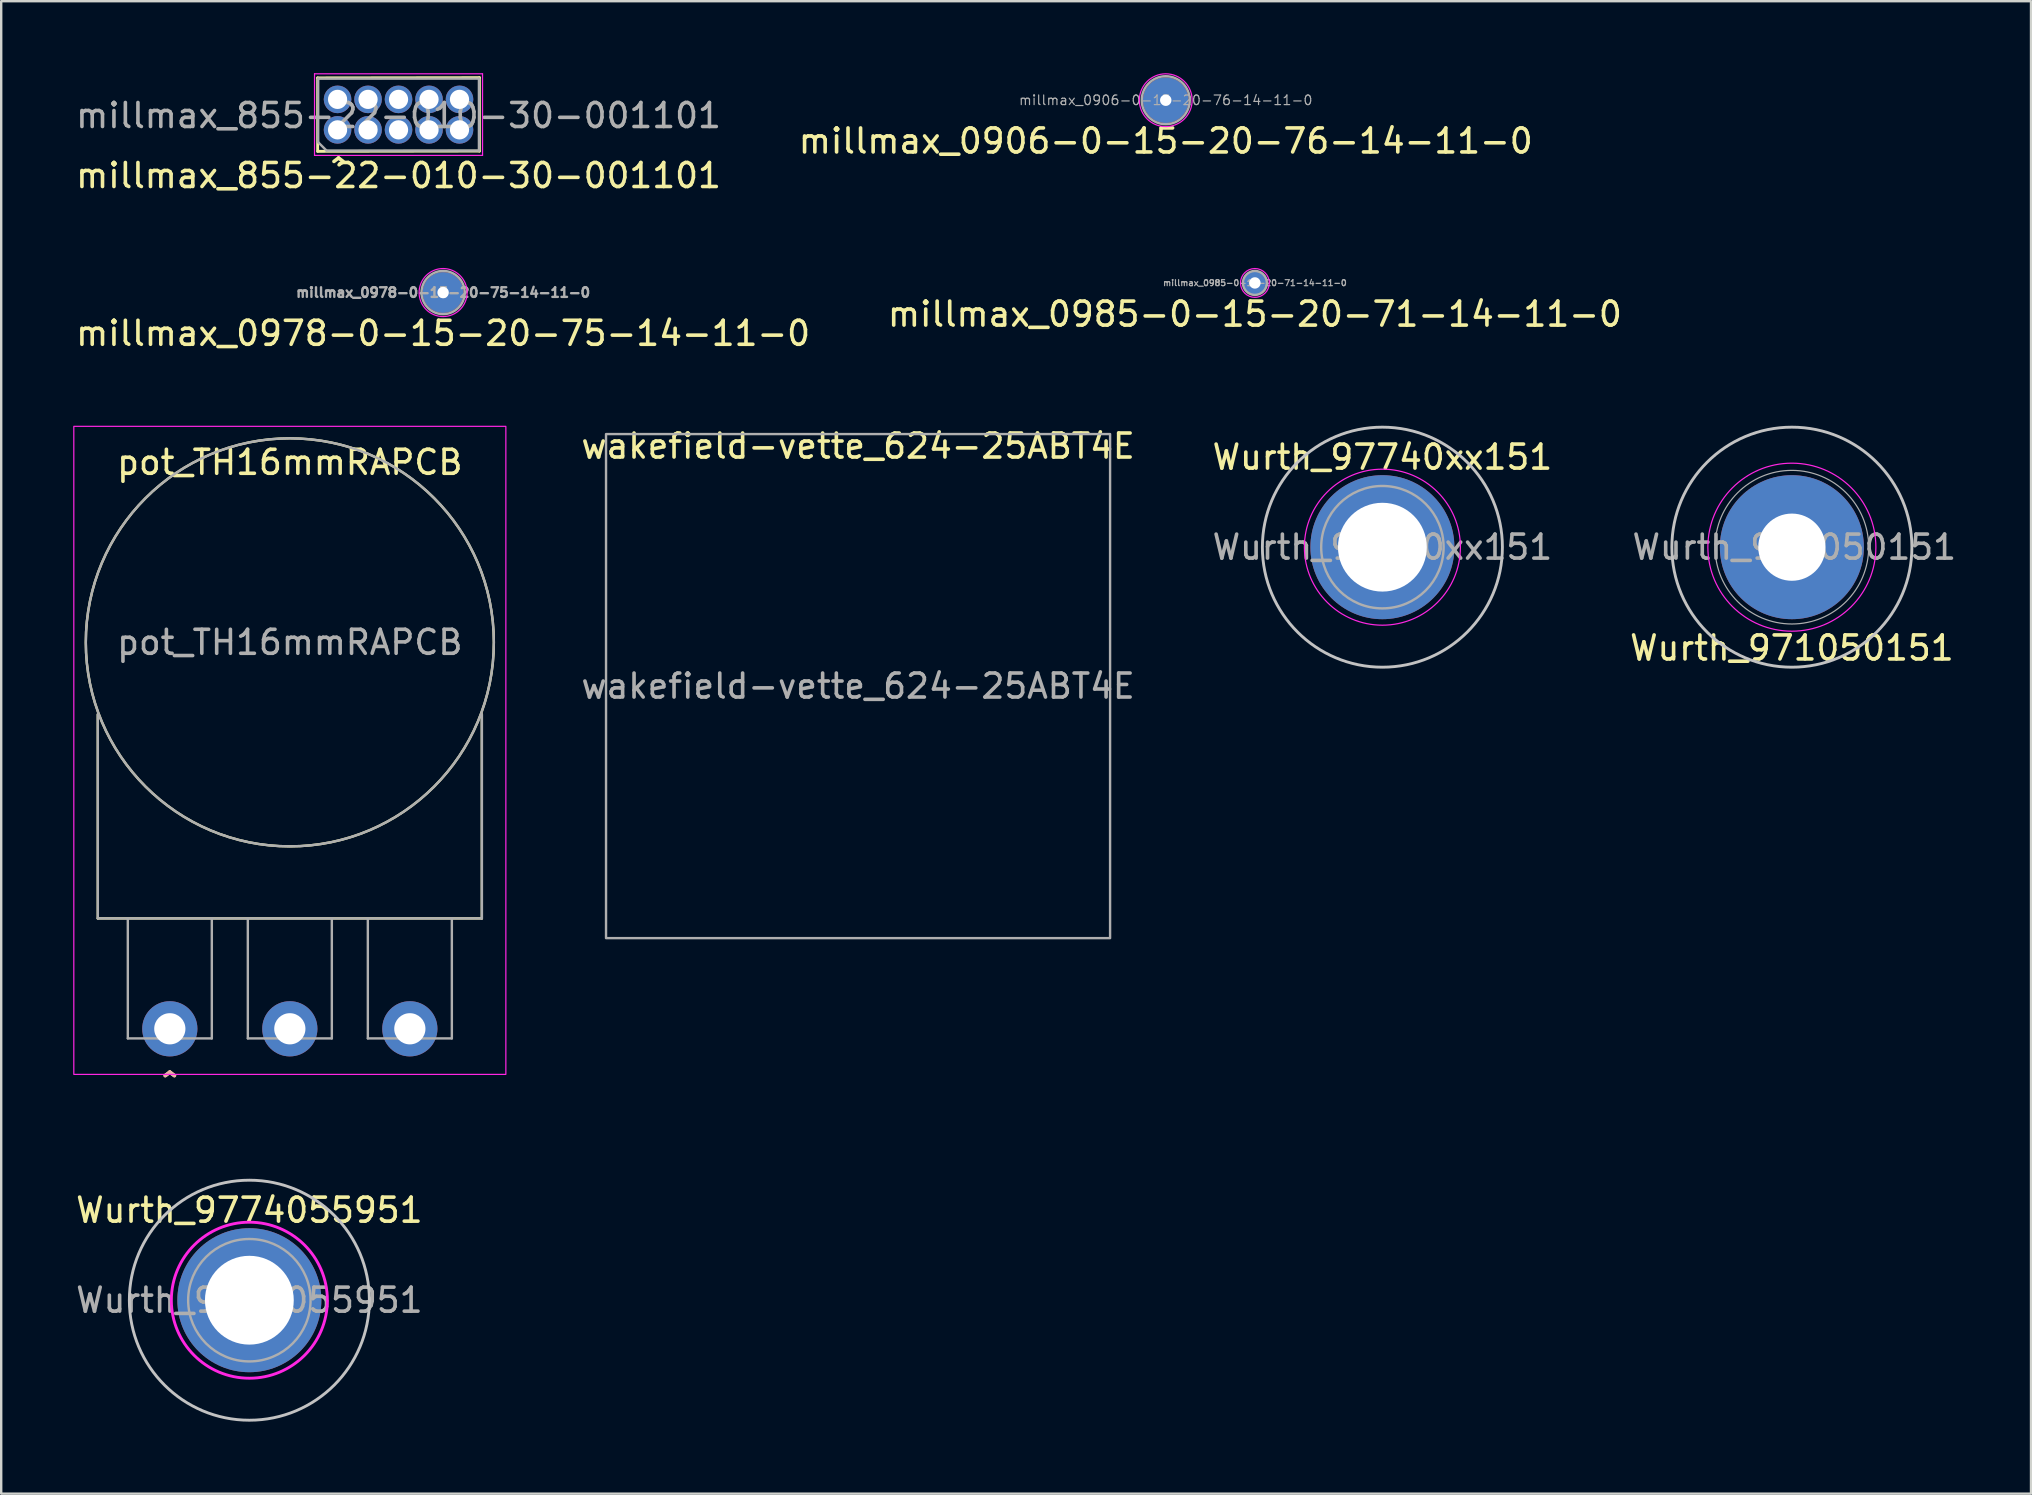
<source format=kicad_pcb>
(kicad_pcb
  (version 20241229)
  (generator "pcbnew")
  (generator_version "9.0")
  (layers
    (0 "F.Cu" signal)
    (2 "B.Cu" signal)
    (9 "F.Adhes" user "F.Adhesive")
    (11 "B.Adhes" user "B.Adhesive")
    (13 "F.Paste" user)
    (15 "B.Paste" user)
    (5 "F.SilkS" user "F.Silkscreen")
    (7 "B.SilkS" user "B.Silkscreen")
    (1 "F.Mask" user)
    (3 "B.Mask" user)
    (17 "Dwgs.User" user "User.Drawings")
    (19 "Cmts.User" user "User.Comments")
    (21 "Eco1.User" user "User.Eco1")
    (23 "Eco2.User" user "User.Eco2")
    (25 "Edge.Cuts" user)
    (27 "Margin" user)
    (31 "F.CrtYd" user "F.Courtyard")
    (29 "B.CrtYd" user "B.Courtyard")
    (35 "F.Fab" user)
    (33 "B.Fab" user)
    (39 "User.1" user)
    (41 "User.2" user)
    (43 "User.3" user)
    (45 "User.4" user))
  (footprint "millmax_0906-0-15-20-76-14-11-0"
    (layer "F.Cu")
    (at 45.518 1.125)
    (property "Reference" "millmax_0906-0-15-20-76-14-11-0" (at 0 1.7 0) (unlocked yes) (layer "F.SilkS") (effects (font (size 1 1) (thickness 0.15))))
    (attr through_hole)
    (fp_circle (center 0 0) (end 1.1 0) (stroke (width 0.05) (type solid)) (fill no) (layer "F.CrtYd"))
    (fp_circle (center 0 0) (end 0 -1) (stroke (width 0.1) (type solid)) (fill no) (layer "F.Fab"))
    (fp_text user "${REFERENCE}" (at 0 0 0) (unlocked yes) (layer "F.Fab") (effects (font (size 0.4 0.4) (thickness 0.05))))
    (pad "1" thru_hole circle (at 0 0) (size 1.9 1.9) (drill 0.475) (layers "*.Cu" "*.Mask")))
  (footprint "pot_TH16mmRAPCB"
    (layer "F.Cu")
    (at 9.025 23.712)
    (property "Reference" "pot_TH16mmRAPCB" (at 0 -7.5 0) (unlocked yes) (layer "F.SilkS") (effects (font (size 1 1) (thickness 0.15))))
    (attr through_hole)
    (fp_line (start -8 3) (end -8 11.5) (stroke (width 0.1) (type default)) (layer "F.SilkS"))
    (fp_line (start -8 11.5) (end 8 11.5) (stroke (width 0.1) (type default)) (layer "F.SilkS"))
    (fp_line (start 8 11.5) (end 8 3) (stroke (width 0.1) (type default)) (layer "F.SilkS"))
    (fp_circle (center 0 0) (end 8.5 0) (stroke (width 0.1) (type default)) (fill no) (layer "F.SilkS"))
    (fp_rect (start -9 -9) (end 9 18) (stroke (width 0.05) (type default)) (fill no) (layer "F.CrtYd"))
    (fp_line (start -8 11.5) (end -8 3) (stroke (width 0.1) (type default)) (layer "F.Fab"))
    (fp_line (start -6.75 11.5) (end -6.75 16.5) (stroke (width 0.1) (type default)) (layer "F.Fab"))
    (fp_line (start -5.5 16.5) (end -6.75 16.5) (stroke (width 0.1) (type default)) (layer "F.Fab"))
    (fp_line (start -5 16) (end -5.5 16.5) (stroke (width 0.1) (type default)) (layer "F.Fab"))
    (fp_line (start -4.5 16.5) (end -5 16) (stroke (width 0.1) (type default)) (layer "F.Fab"))
    (fp_line (start -4.5 16.5) (end -3.25 16.5) (stroke (width 0.1) (type default)) (layer "F.Fab"))
    (fp_line (start -3.25 16.5) (end -3.25 11.5) (stroke (width 0.1) (type default)) (layer "F.Fab"))
    (fp_line (start -1.75 11.5) (end -1.75 16.5) (stroke (width 0.1) (type default)) (layer "F.Fab"))
    (fp_line (start -1.75 16.5) (end 1.75 16.5) (stroke (width 0.1) (type default)) (layer "F.Fab"))
    (fp_line (start 1.75 16.5) (end 1.75 11.5) (stroke (width 0.1) (type default)) (layer "F.Fab"))
    (fp_line (start 3.25 11.5) (end 3.25 16.5) (stroke (width 0.1) (type default)) (layer "F.Fab"))
    (fp_line (start 3.25 16.5) (end 6.75 16.5) (stroke (width 0.1) (type default)) (layer "F.Fab"))
    (fp_line (start 6.75 16.5) (end 6.75 11.5) (stroke (width 0.1) (type default)) (layer "F.Fab"))
    (fp_line (start 8 3) (end 8 11.5) (stroke (width 0.1) (type default)) (layer "F.Fab"))
    (fp_line (start 8 11.5) (end -8 11.5) (stroke (width 0.1) (type default)) (layer "F.Fab"))
    (fp_circle (center 0 0) (end 8.5 0) (stroke (width 0.1) (type default)) (fill no) (layer "F.Fab"))
    (fp_text user "^" (at -5 18.5 0) (unlocked yes) (layer "F.SilkS") (effects (font (size 1 1) (thickness 0.15))))
    (fp_text user "^" (at -5 18.5 0) (unlocked yes) (layer "B.SilkS") (effects (font (size 1 1) (thickness 0.15)) (justify mirror)))
    (fp_text user "${REFERENCE}" (at 0 0 0) (unlocked yes) (layer "F.Fab") (effects (font (size 1 1) (thickness 0.15))))
    (pad "1" thru_hole circle (at -5 16.1) (size 2.3 2.3) (drill 1.3) (layers "*.Cu" "*.Mask") (remove_unused_layers yes) (keep_end_layers yes) (zone_layer_connections))
    (pad "2" thru_hole circle (at 0 16.1) (size 2.3 2.3) (drill 1.3) (layers "*.Cu" "*.Mask") (remove_unused_layers yes) (keep_end_layers yes) (zone_layer_connections))
    (pad "3" thru_hole circle (at 5 16.1) (size 2.3 2.3) (drill 1.3) (layers "*.Cu" "*.Mask") (remove_unused_layers yes) (keep_end_layers yes) (zone_layer_connections)))
  (footprint "millmax_0978-0-15-20-75-14-11-0"
    (layer "F.Cu")
    (at 15.411 9.138)
    (property "Reference" "millmax_0978-0-15-20-75-14-11-0" (at 0 1.7 0) (unlocked yes) (layer "F.SilkS") (effects (font (size 1 1) (thickness 0.15))))
    (attr smd)
    (fp_circle (center 0 0) (end 1 0) (stroke (width 0.05) (type solid)) (fill no) (layer "F.CrtYd"))
    (fp_circle (center 0 0) (end 0 -0.9) (stroke (width 0.1) (type solid)) (fill no) (layer "F.Fab"))
    (fp_text user "${REFERENCE}" (at 0 0 0) (unlocked yes) (layer "F.Fab") (effects (font (size 0.4 0.4) (thickness 0.1))))
    (pad "1" thru_hole circle (at 0 0) (size 1.7 1.7) (drill 0.475) (layers "*.Cu" "*.Mask")))
  (footprint "millmax_0985-0-15-20-71-14-11-0"
    (layer "F.Cu")
    (at 49.232 8.738)
    (property "Reference" "millmax_0985-0-15-20-71-14-11-0" (at 0 1.3 0) (unlocked yes) (layer "F.SilkS") (effects (font (size 1 1) (thickness 0.15))))
    (attr smd)
    (fp_circle (center 0 0) (end 0.6 0) (stroke (width 0.05) (type solid)) (fill no) (layer "F.CrtYd"))
    (fp_circle (center 0 0) (end 0 -0.5) (stroke (width 0.1) (type solid)) (fill no) (layer "F.Fab"))
    (fp_text user "${REFERENCE}" (at 0 0 0) (unlocked yes) (layer "F.Fab") (effects (font (size 0.25 0.25) (thickness 0.05))))
    (pad "1" thru_hole circle (at 0 0) (size 0.95 0.95) (drill 0.475) (layers "*.Cu" "*.Mask")))
  (footprint "millmax_855-22-010-30-001101"
    (layer "F.Cu")
    (at 13.554 1.725)
    (property "Reference" "millmax_855-22-010-30-001101" (at 0 2.54 0) (unlocked yes) (layer "F.SilkS") (effects (font (size 1 1) (thickness 0.15))))
    (attr through_hole)
    (fp_line (start -3.37 -1.53) (end -3.37 1.53) (stroke (width 0.12) (type solid)) (layer "F.SilkS"))
    (fp_line (start -3.37 1.53) (end 3.37 1.52) (stroke (width 0.12) (type solid)) (layer "F.SilkS"))
    (fp_line (start 3.37 -1.54) (end -3.37 -1.53) (stroke (width 0.12) (type solid)) (layer "F.SilkS"))
    (fp_line (start 3.37 1.52) (end 3.37 -1.54) (stroke (width 0.12) (type solid)) (layer "F.SilkS"))
    (fp_line (start -3.5 -1.7) (end 3.5 -1.7) (stroke (width 0.05) (type solid)) (layer "F.CrtYd"))
    (fp_line (start -3.5 1.7) (end -3.5 -1.7) (stroke (width 0.05) (type solid)) (layer "F.CrtYd"))
    (fp_line (start 3.5 -1.7) (end 3.5 1.7) (stroke (width 0.05) (type solid)) (layer "F.CrtYd"))
    (fp_line (start 3.5 1.7) (end -3.5 1.7) (stroke (width 0.05) (type solid)) (layer "F.CrtYd"))
    (fp_line (start -3.35 -1.5) (end 3.35 -1.5) (stroke (width 0.1) (type solid)) (layer "F.Fab"))
    (fp_line (start -3.35 1.15) (end -3.35 -1.5) (stroke (width 0.1) (type solid)) (layer "F.Fab"))
    (fp_line (start -3 1.5) (end -3.35 1.15) (stroke (width 0.1) (type solid)) (layer "F.Fab"))
    (fp_line (start 3.35 -1.5) (end 3.35 1.5) (stroke (width 0.1) (type solid)) (layer "F.Fab"))
    (fp_line (start 3.35 1.5) (end -3 1.5) (stroke (width 0.1) (type solid)) (layer "F.Fab"))
    (fp_text user "^" (at -2.5 2.4 0) (unlocked yes) (layer "F.SilkS") (effects (font (size 1 1) (thickness 0.15))))
    (fp_text user "${REFERENCE}" (at 0 0.04 0) (unlocked yes) (layer "F.Fab") (effects (font (size 1 1) (thickness 0.15))))
    (pad "1" thru_hole circle (at -2.54 0.635) (size 1.15 1.15) (drill 0.8) (layers "*.Cu" "*.Mask"))
    (pad "2" thru_hole circle (at -2.54 -0.635) (size 1.15 1.15) (drill 0.8) (layers "*.Cu" "*.Mask"))
    (pad "3" thru_hole circle (at -1.27 0.635) (size 1.15 1.15) (drill 0.8) (layers "*.Cu" "*.Mask"))
    (pad "4" thru_hole circle (at -1.27 -0.635) (size 1.15 1.15) (drill 0.8) (layers "*.Cu" "*.Mask"))
    (pad "5" thru_hole circle (at 0 0.635) (size 1.15 1.15) (drill 0.8) (layers "*.Cu" "*.Mask"))
    (pad "6" thru_hole circle (at 0 -0.635) (size 1.15 1.15) (drill 0.8) (layers "*.Cu" "*.Mask"))
    (pad "7" thru_hole circle (at 1.27 0.635) (size 1.15 1.15) (drill 0.8) (layers "*.Cu" "*.Mask"))
    (pad "8" thru_hole circle (at 1.27 -0.635) (size 1.15 1.15) (drill 0.8) (layers "*.Cu" "*.Mask"))
    (pad "9" thru_hole circle (at 2.54 0.635) (size 1.15 1.15) (drill 0.8) (layers "*.Cu" "*.Mask"))
    (pad "10" thru_hole circle (at 2.54 -0.635) (size 1.15 1.15) (drill 0.8) (layers "*.Cu" "*.Mask")))
  (footprint "Wurth_971050151"
    (layer "F.Cu")
    (at 71.604 19.747)
    (property "Reference" "Wurth_971050151" (at 0 4.2 0) (unlocked yes) (layer "F.SilkS") (effects (font (size 1 1) (thickness 0.15))))
    (fp_circle (center 0 0) (end -5 0) (stroke (width 0.12) (type solid)) (fill no) (layer "Dwgs.User"))
    (fp_circle (center 0 0) (end 3.5 0) (stroke (width 0.05) (type solid)) (fill no) (layer "F.CrtYd"))
    (fp_circle (center 0 0) (end 3.2 0) (stroke (width 0.05) (type solid)) (fill no) (layer "F.Fab"))
    (fp_text user "${REFERENCE}" (at 0.1 0 0) (unlocked yes) (layer "F.Fab") (effects (font (size 1 1) (thickness 0.15))))
    (pad "1" thru_hole circle (at 0 0) (size 6 6) (drill 2.8) (layers "*.Cu" "*.Mask")))
  (footprint "wakefield-vette_624-25ABT4E"
    (layer "F.Cu")
    (at 32.699 25.535)
    (property "Reference" "wakefield-vette_624-25ABT4E" (at 0 -10 0) (unlocked yes) (layer "F.SilkS") (effects (font (size 1 1) (thickness 0.15))))
    (attr through_hole)
    (fp_rect (start -10.5 -10.5) (end 10.5 10.5) (stroke (width 0.1) (type solid)) (fill no) (layer "F.Fab"))
    (fp_text user "${REFERENCE}" (at 0 0 0) (unlocked yes) (layer "F.Fab") (effects (font (size 1 1) (thickness 0.15)))))
  (footprint "Wurth_9774055951"
    (layer "F.Cu")
    (at 7.339 51.12)
    (property "Reference" "Wurth_9774055951" (at 0 -3.75 0) (unlocked yes) (layer "F.SilkS") (effects (font (size 1 1) (thickness 0.15))))
    (attr smd)
    (fp_arc (start -2.391315 -0.724433) (mid -1.814826 -1.717693) (end -0.855165 -2.348531) (stroke (width 1) (type solid)) (layer "F.Paste"))
    (fp_arc (start -0.724052 2.39218) (mid -1.717312 1.815692) (end -2.348149 0.856032) (stroke (width 1) (type solid)) (layer "F.Paste"))
    (fp_arc (start 0.72617 -2.394298) (mid 1.71943 -1.817808) (end 2.350267 -0.858146) (stroke (width 1) (type solid)) (layer "F.Paste"))
    (fp_arc (start 2.395159 0.725784) (mid 1.818672 1.719042) (end 0.859014 2.349879) (stroke (width 1) (type solid)) (layer "F.Paste"))
    (fp_circle (center 0 0) (end -5 0) (stroke (width 0.12) (type solid)) (fill no) (layer "Dwgs.User"))
    (fp_circle (center 0 0) (end 0 -3.25) (stroke (width 0.12) (type solid)) (fill no) (layer "F.CrtYd"))
    (fp_circle (center 0 0) (end 0 -2.55) (stroke (width 0.1) (type solid)) (fill no) (layer "F.Fab"))
    (fp_text user "${REFERENCE}" (at 0 0 0) (unlocked yes) (layer "F.Fab") (effects (font (size 1 1) (thickness 0.15))))
    (pad "1" thru_hole circle (at 0 0) (size 6 6) (drill 3.7) (layers "*.Cu" "*.Mask")))
  (footprint "Wurth_97740xx151"
    (layer "F.Cu")
    (at 54.544 19.747)
    (property "Reference" "Wurth_97740xx151" (at 0 -3.75 0) (unlocked yes) (layer "F.SilkS") (effects (font (size 1 1) (thickness 0.15))))
    (attr smd)
    (fp_arc (start -2.391315 -0.724433) (mid -1.814826 -1.717693) (end -0.855165 -2.348531) (stroke (width 1) (type solid)) (layer "F.Paste"))
    (fp_arc (start -0.724052 2.39218) (mid -1.717312 1.815692) (end -2.348149 0.856032) (stroke (width 1) (type solid)) (layer "F.Paste"))
    (fp_arc (start 0.72617 -2.394298) (mid 1.71943 -1.817808) (end 2.350267 -0.858146) (stroke (width 1) (type solid)) (layer "F.Paste"))
    (fp_arc (start 2.395159 0.725784) (mid 1.818672 1.719042) (end 0.859014 2.349879) (stroke (width 1) (type solid)) (layer "F.Paste"))
    (fp_circle (center 0 0) (end -5 0) (stroke (width 0.12) (type solid)) (fill no) (layer "Dwgs.User"))
    (fp_circle (center 0 0) (end 3.25 0) (stroke (width 0.05) (type solid)) (fill no) (layer "F.CrtYd"))
    (fp_circle (center 0 0) (end 0 -2.55) (stroke (width 0.1) (type solid)) (fill no) (layer "F.Fab"))
    (fp_text user "${REFERENCE}" (at 0 0 0) (unlocked yes) (layer "F.Fab") (effects (font (size 1 1) (thickness 0.15))))
    (pad "1" thru_hole circle (at 0 0) (size 6 6) (drill 3.7) (layers "*.Cu" "*.Mask")))
  (gr_rect
    (start -3 -3)
    (end 81.567 59.18)
    (stroke (width 0.1) (type default))
    (fill no)
    (layer "Edge.Cuts")))
</source>
